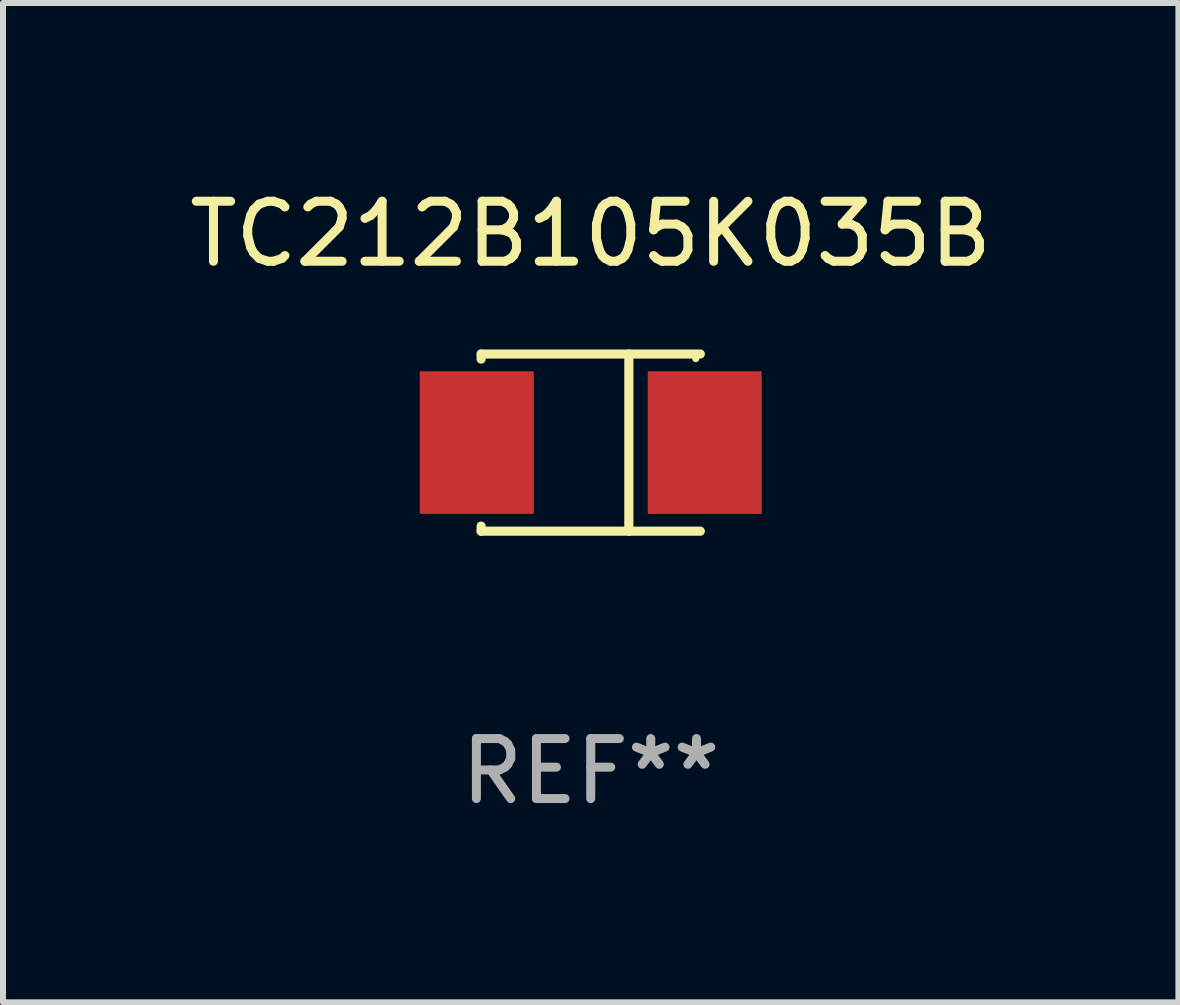
<source format=kicad_pcb>
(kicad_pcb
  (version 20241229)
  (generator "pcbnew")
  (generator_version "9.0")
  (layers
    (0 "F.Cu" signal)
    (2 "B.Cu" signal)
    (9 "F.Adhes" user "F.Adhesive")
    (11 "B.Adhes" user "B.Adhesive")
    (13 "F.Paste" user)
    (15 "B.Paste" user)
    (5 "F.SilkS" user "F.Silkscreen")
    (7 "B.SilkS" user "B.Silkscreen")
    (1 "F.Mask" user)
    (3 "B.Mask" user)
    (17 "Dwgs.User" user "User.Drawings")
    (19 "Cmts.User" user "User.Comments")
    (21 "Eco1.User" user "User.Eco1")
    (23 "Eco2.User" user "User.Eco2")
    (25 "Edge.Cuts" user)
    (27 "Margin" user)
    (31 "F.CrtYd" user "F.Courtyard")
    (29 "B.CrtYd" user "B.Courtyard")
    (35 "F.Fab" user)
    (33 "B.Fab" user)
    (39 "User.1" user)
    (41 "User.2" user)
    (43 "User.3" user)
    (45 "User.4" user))
  (footprint "TC212B105K035B"
    (layer "F.Cu")
    (at 6.792 4.324)
    (property "Reference" "TC212B105K035B" (at 0 -3.476 0) (layer "F.SilkS") (effects (font (size 1 1) (thickness 0.15))))
    (attr through_hole)
    (fp_line (start -1.826 -1.476) (end -1.826 -1.391) (stroke (width 0.152) (type solid)) (layer "F.SilkS"))
    (fp_line (start -1.826 -1.476) (end 1.826 -1.476) (stroke (width 0.152) (type solid)) (layer "F.SilkS"))
    (fp_line (start -1.826 1.476) (end -1.826 1.391) (stroke (width 0.152) (type solid)) (layer "F.SilkS"))
    (fp_line (start -1.826 1.476) (end 1.826 1.476) (stroke (width 0.152) (type solid)) (layer "F.SilkS"))
    (fp_line (start 0.635 -1.476) (end 0.635 1.476) (stroke (width 0.152) (type solid)) (layer "F.SilkS"))
    (fp_circle (center 1.75 -1.4) (end 1.78 -1.4) (stroke (width 0.06) (type solid)) (fill no) (layer "F.SilkS"))
    (fp_text user "REF**" (at 0 5.476 0) (layer "F.Fab") (effects (font (size 1 1) (thickness 0.15))))
    (pad "1" smd rect (at 1.899 0) (size 1.9 2.376) (layers "F.Cu" "F.Mask" "F.Paste"))
    (pad "2" smd rect (at -1.899 0) (size 1.9 2.376) (layers "F.Cu" "F.Mask" "F.Paste")))
  (gr_rect
    (start -3 -3)
    (end 16.583 13.649)
    (stroke (width 0.1) (type default))
    (fill no)
    (layer "Edge.Cuts")))
</source>
